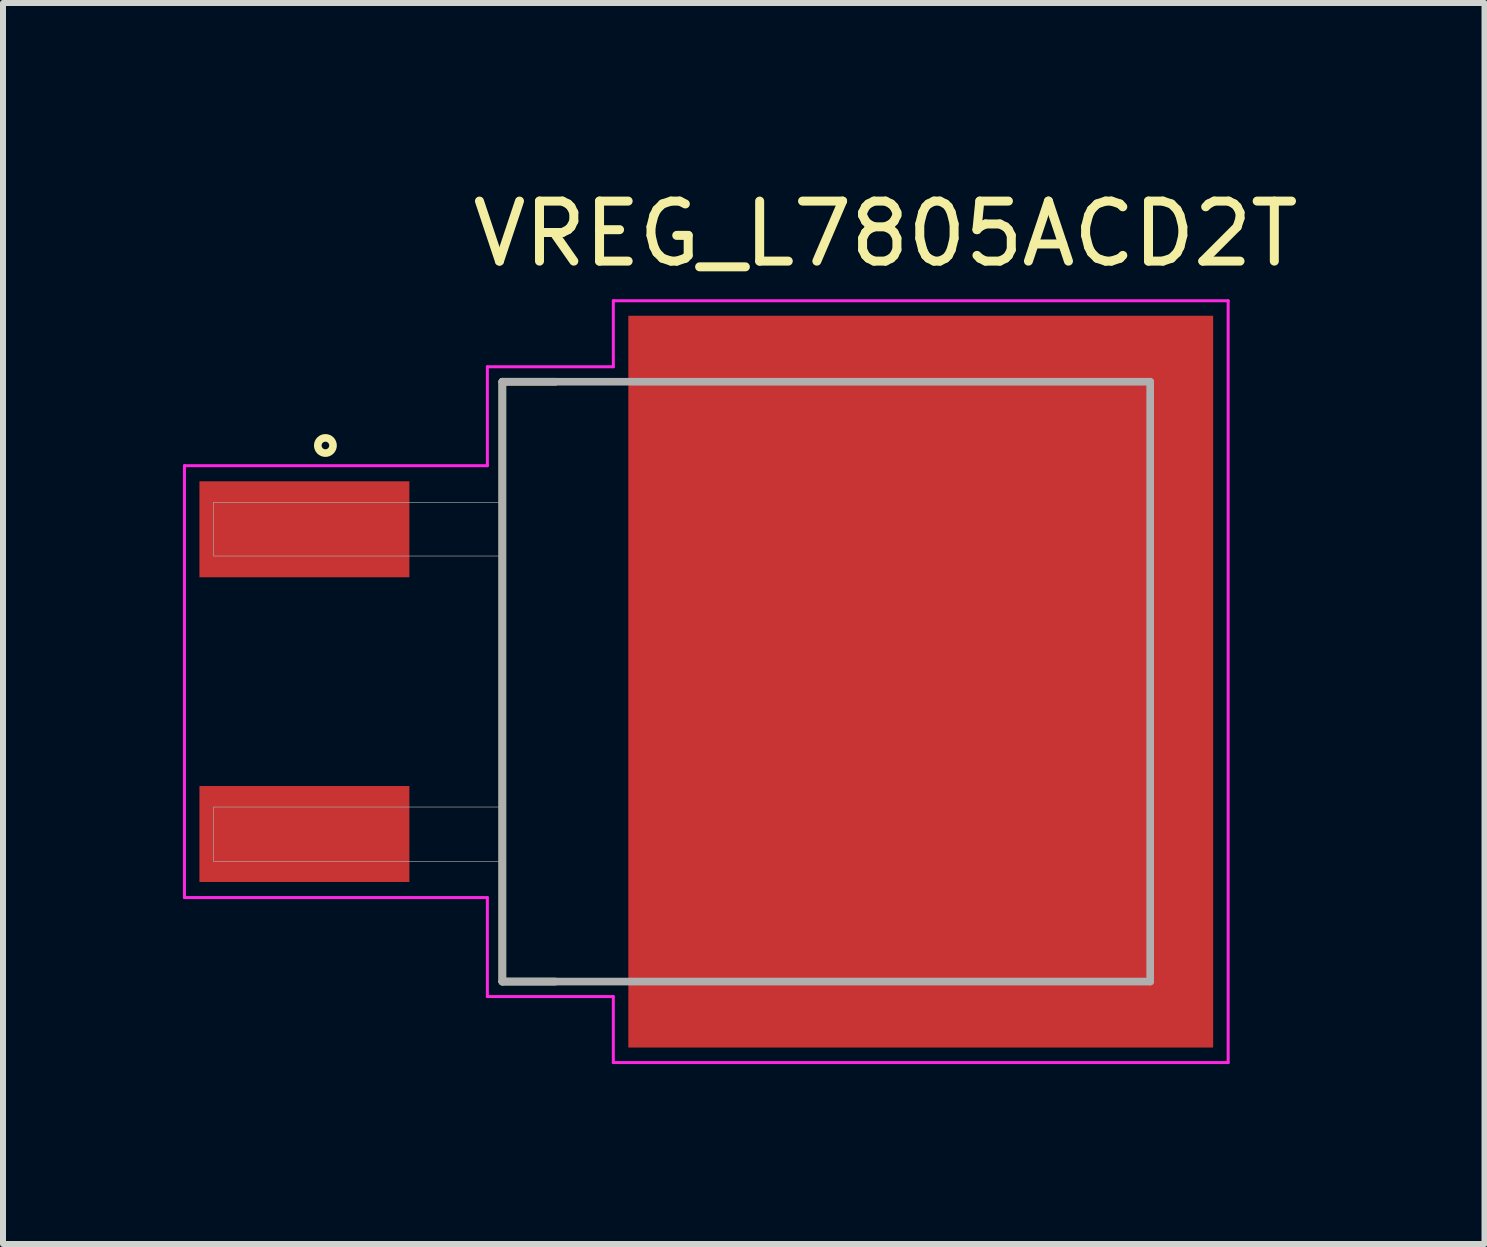
<source format=kicad_pcb>
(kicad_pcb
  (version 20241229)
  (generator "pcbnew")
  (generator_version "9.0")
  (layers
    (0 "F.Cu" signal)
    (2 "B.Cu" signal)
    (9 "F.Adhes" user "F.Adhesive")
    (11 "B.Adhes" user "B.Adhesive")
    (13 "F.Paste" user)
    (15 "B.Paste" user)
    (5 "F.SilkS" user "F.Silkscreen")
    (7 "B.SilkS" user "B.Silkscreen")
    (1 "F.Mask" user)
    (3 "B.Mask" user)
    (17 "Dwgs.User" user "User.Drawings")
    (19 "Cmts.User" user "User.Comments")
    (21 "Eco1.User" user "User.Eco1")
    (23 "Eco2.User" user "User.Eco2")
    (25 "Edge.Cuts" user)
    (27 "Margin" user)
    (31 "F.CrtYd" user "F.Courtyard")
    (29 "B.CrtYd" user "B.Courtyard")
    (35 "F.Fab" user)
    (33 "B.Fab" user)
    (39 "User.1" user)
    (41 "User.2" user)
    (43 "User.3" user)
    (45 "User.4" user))
  (footprint "VREG_L7805ACD2T"
    (layer "F.Cu")
    (at 8.725 8.314)
    (property "Reference" "VREG_L7805ACD2T" (at 2.987 -7.466 0) (layer "F.SilkS") (effects (font (size 1.001 1.001) (thickness 0.15))))
    (attr smd)
    (fp_line (start -3.4 -5) (end -2.515 -5) (stroke (width 0.127) (type solid)) (layer "F.SilkS"))
    (fp_line (start -3.4 5) (end -3.4 -5) (stroke (width 0.127) (type solid)) (layer "F.SilkS"))
    (fp_line (start -2.515 5) (end -3.4 5) (stroke (width 0.127) (type solid)) (layer "F.SilkS"))
    (fp_circle (center -6.35 -3.937) (end -6.223 -3.937) (stroke (width 0.127) (type solid)) (fill no) (layer "F.SilkS"))
    (fp_poly (pts (xy 1.31 -2.362) (xy -0.07 -2.362) (xy -0.07 -3.83) (xy 1.31 -3.83)) (stroke (width 0.01) (type solid)) (fill yes) (layer "F.Paste"))
    (fp_poly (pts (xy 1.31 -0.296) (xy -0.07 -0.296) (xy -0.07 -1.765) (xy 1.31 -1.765)) (stroke (width 0.01) (type solid)) (fill yes) (layer "F.Paste"))
    (fp_poly (pts (xy 1.31 1.767) (xy -0.07 1.767) (xy -0.07 0.295) (xy 1.31 0.295)) (stroke (width 0.01) (type solid)) (fill yes) (layer "F.Paste"))
    (fp_poly (pts (xy 1.31 3.834) (xy -0.07 3.834) (xy -0.07 2.36) (xy 1.31 2.36)) (stroke (width 0.01) (type solid)) (fill yes) (layer "F.Paste"))
    (fp_poly (pts (xy 1.901 -3.83) (xy 3.28 -3.83) (xy 3.28 -2.362) (xy 1.901 -2.362)) (stroke (width 0.01) (type solid)) (fill yes) (layer "F.Paste"))
    (fp_poly (pts (xy 1.902 0.295) (xy 3.28 0.295) (xy 3.28 1.766) (xy 1.902 1.766)) (stroke (width 0.01) (type solid)) (fill yes) (layer "F.Paste"))
    (fp_poly (pts (xy 1.902 -1.765) (xy 3.28 -1.765) (xy 3.28 -0.295) (xy 1.902 -0.295)) (stroke (width 0.01) (type solid)) (fill yes) (layer "F.Paste"))
    (fp_poly (pts (xy 1.902 2.36) (xy 3.28 2.36) (xy 3.28 3.835) (xy 1.902 3.835)) (stroke (width 0.01) (type solid)) (fill yes) (layer "F.Paste"))
    (fp_poly (pts (xy 5.25 -2.362) (xy 3.874 -2.362) (xy 3.874 -3.83) (xy 5.25 -3.83)) (stroke (width 0.01) (type solid)) (fill yes) (layer "F.Paste"))
    (fp_poly (pts (xy 5.25 -0.295) (xy 3.876 -0.295) (xy 3.876 -1.765) (xy 5.25 -1.765)) (stroke (width 0.01) (type solid)) (fill yes) (layer "F.Paste"))
    (fp_poly (pts (xy 5.25 1.767) (xy 3.875 1.767) (xy 3.875 0.295) (xy 5.25 0.295)) (stroke (width 0.01) (type solid)) (fill yes) (layer "F.Paste"))
    (fp_poly (pts (xy 5.25 3.836) (xy 3.876 3.836) (xy 3.876 2.36) (xy 5.25 2.36)) (stroke (width 0.01) (type solid)) (fill yes) (layer "F.Paste"))
    (fp_poly (pts (xy 5.844 0.295) (xy 7.22 0.295) (xy 7.22 1.766) (xy 5.844 1.766)) (stroke (width 0.01) (type solid)) (fill yes) (layer "F.Paste"))
    (fp_poly (pts (xy 5.844 -3.83) (xy 7.22 -3.83) (xy 7.22 -2.362) (xy 5.844 -2.362)) (stroke (width 0.01) (type solid)) (fill yes) (layer "F.Paste"))
    (fp_poly (pts (xy 5.85 -1.765) (xy 7.22 -1.765) (xy 7.22 -0.295) (xy 5.85 -0.295)) (stroke (width 0.01) (type solid)) (fill yes) (layer "F.Paste"))
    (fp_poly (pts (xy 5.85 2.36) (xy 7.22 2.36) (xy 7.22 3.837) (xy 5.85 3.837)) (stroke (width 0.01) (type solid)) (fill yes) (layer "F.Paste"))
    (fp_line (start -8.7 -3.6) (end -3.65 -3.6) (stroke (width 0.05) (type solid)) (layer "F.CrtYd"))
    (fp_line (start -8.7 3.6) (end -8.7 -3.6) (stroke (width 0.05) (type solid)) (layer "F.CrtYd"))
    (fp_line (start -3.65 -5.25) (end -1.55 -5.25) (stroke (width 0.05) (type solid)) (layer "F.CrtYd"))
    (fp_line (start -3.65 -3.6) (end -3.65 -5.25) (stroke (width 0.05) (type solid)) (layer "F.CrtYd"))
    (fp_line (start -3.65 3.6) (end -8.7 3.6) (stroke (width 0.05) (type solid)) (layer "F.CrtYd"))
    (fp_line (start -3.65 5.25) (end -3.65 3.6) (stroke (width 0.05) (type solid)) (layer "F.CrtYd"))
    (fp_line (start -1.55 -6.35) (end 8.7 -6.35) (stroke (width 0.05) (type solid)) (layer "F.CrtYd"))
    (fp_line (start -1.55 -5.25) (end -1.55 -6.35) (stroke (width 0.05) (type solid)) (layer "F.CrtYd"))
    (fp_line (start -1.55 5.25) (end -3.65 5.25) (stroke (width 0.05) (type solid)) (layer "F.CrtYd"))
    (fp_line (start -1.55 6.35) (end -1.55 5.25) (stroke (width 0.05) (type solid)) (layer "F.CrtYd"))
    (fp_line (start 8.7 -6.35) (end 8.7 6.35) (stroke (width 0.05) (type solid)) (layer "F.CrtYd"))
    (fp_line (start 8.7 6.35) (end -1.55 6.35) (stroke (width 0.05) (type solid)) (layer "F.CrtYd"))
    (fp_line (start -3.4 -5) (end 7.4 -5) (stroke (width 0.127) (type solid)) (layer "F.Fab"))
    (fp_line (start -3.4 5) (end -3.4 -5) (stroke (width 0.127) (type solid)) (layer "F.Fab"))
    (fp_line (start 7.4 -5) (end 7.4 5) (stroke (width 0.127) (type solid)) (layer "F.Fab"))
    (fp_line (start 7.4 5) (end -3.4 5) (stroke (width 0.127) (type solid)) (layer "F.Fab"))
    (fp_poly (pts (xy -8.216 2.09) (xy -3.4 2.09) (xy -3.4 2.996) (xy -8.216 2.996)) (stroke (width 0.01) (type solid)) (fill no) (layer "F.Fab"))
    (fp_poly (pts (xy -8.215 -2.99) (xy -3.4 -2.99) (xy -3.4 -2.094) (xy -8.215 -2.094)) (stroke (width 0.01) (type solid)) (fill no) (layer "F.Fab"))
    (pad "1" smd rect (at -6.7 -2.54) (size 3.5 1.6) (layers "F.Cu" "F.Mask" "F.Paste"))
    (pad "3" smd rect (at -6.7 2.54) (size 3.5 1.6) (layers "F.Cu" "F.Mask" "F.Paste"))
    (pad "4" smd rect (at 3.575 0) (size 9.75 12.2) (layers "F.Cu" "F.Mask")))
  (gr_rect
    (start -3 -3)
    (end 21.699 17.689)
    (stroke (width 0.1) (type default))
    (fill no)
    (layer "Edge.Cuts")))
</source>
